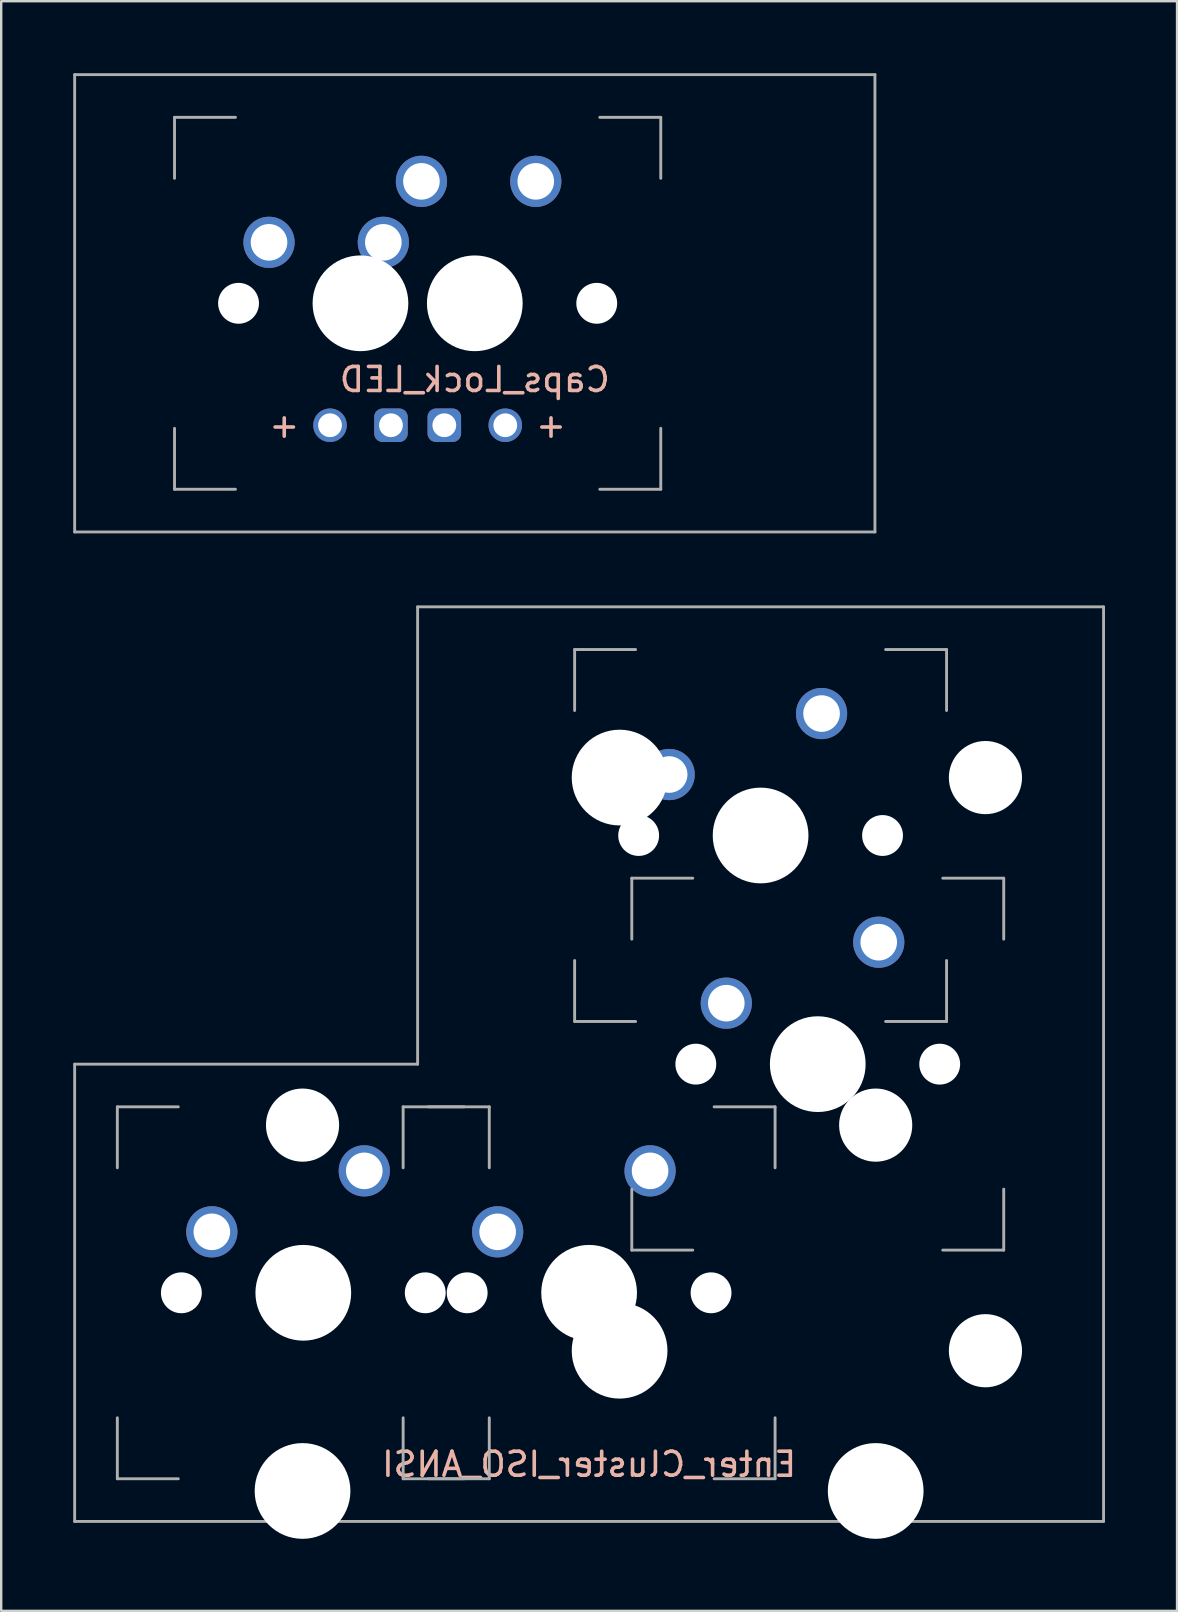
<source format=kicad_pcb>
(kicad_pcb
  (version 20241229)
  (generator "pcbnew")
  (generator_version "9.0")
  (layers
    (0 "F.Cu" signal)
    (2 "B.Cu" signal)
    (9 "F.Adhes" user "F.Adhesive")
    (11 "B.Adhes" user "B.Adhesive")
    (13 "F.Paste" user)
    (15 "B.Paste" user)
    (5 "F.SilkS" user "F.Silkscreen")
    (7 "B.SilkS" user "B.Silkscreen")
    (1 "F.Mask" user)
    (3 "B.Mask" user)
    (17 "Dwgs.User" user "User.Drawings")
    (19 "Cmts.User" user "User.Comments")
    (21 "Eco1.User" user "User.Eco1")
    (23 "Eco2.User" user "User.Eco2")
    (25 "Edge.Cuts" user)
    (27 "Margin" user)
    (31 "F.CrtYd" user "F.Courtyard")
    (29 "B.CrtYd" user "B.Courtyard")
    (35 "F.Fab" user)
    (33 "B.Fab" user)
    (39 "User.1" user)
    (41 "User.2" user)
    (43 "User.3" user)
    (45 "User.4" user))
  (footprint "Enter_Cluster_ISO_ANSI"
    (layer "F.Cu")
    (at 21.491 41.28)
    (property "Reference" "Enter_Cluster_ISO_ANSI" (at 0 16.669 0) (layer "B.SilkS") (effects (font (size 1 1) (thickness 0.15)) (justify mirror)))
    (attr through_hole)
    (fp_line (start -21.431 0) (end -21.431 19.05) (stroke (width 0.12) (type solid)) (layer "F.Fab"))
    (fp_line (start -21.431 19.05) (end 21.431 19.05) (stroke (width 0.12) (type solid)) (layer "F.Fab"))
    (fp_line (start -19.653 1.778) (end -19.653 4.318) (stroke (width 0.12) (type solid)) (layer "F.Fab"))
    (fp_line (start -19.653 1.778) (end -17.113 1.778) (stroke (width 0.12) (type solid)) (layer "F.Fab"))
    (fp_line (start -19.653 17.272) (end -19.653 14.732) (stroke (width 0.12) (type solid)) (layer "F.Fab"))
    (fp_line (start -19.653 17.272) (end -17.113 17.272) (stroke (width 0.12) (type solid)) (layer "F.Fab"))
    (fp_line (start -7.747 1.778) (end -7.747 4.318) (stroke (width 0.12) (type solid)) (layer "F.Fab"))
    (fp_line (start -7.747 1.778) (end -5.207 1.778) (stroke (width 0.12) (type solid)) (layer "F.Fab"))
    (fp_line (start -7.747 17.272) (end -7.747 14.732) (stroke (width 0.12) (type solid)) (layer "F.Fab"))
    (fp_line (start -7.747 17.272) (end -5.207 17.272) (stroke (width 0.12) (type solid)) (layer "F.Fab"))
    (fp_line (start -7.144 -19.05) (end -7.144 0) (stroke (width 0.12) (type solid)) (layer "F.Fab"))
    (fp_line (start -7.144 0) (end -21.431 0) (stroke (width 0.12) (type solid)) (layer "F.Fab"))
    (fp_line (start -4.159 1.778) (end -6.699 1.778) (stroke (width 0.12) (type solid)) (layer "F.Fab"))
    (fp_line (start -4.159 1.778) (end -4.159 4.318) (stroke (width 0.12) (type solid)) (layer "F.Fab"))
    (fp_line (start -4.159 17.272) (end -6.699 17.272) (stroke (width 0.12) (type solid)) (layer "F.Fab"))
    (fp_line (start -4.159 17.272) (end -4.159 14.732) (stroke (width 0.12) (type solid)) (layer "F.Fab"))
    (fp_line (start -0.603 -17.272) (end -0.603 -14.732) (stroke (width 0.12) (type solid)) (layer "F.Fab"))
    (fp_line (start -0.603 -17.272) (end 1.937 -17.272) (stroke (width 0.12) (type solid)) (layer "F.Fab"))
    (fp_line (start -0.603 -1.778) (end -0.603 -4.318) (stroke (width 0.12) (type solid)) (layer "F.Fab"))
    (fp_line (start -0.603 -1.778) (end 1.937 -1.778) (stroke (width 0.12) (type solid)) (layer "F.Fab"))
    (fp_line (start 1.778 -7.747) (end 1.778 -5.207) (stroke (width 0.12) (type solid)) (layer "F.Fab"))
    (fp_line (start 1.778 -7.747) (end 4.318 -7.747) (stroke (width 0.12) (type solid)) (layer "F.Fab"))
    (fp_line (start 1.778 7.747) (end 1.778 5.207) (stroke (width 0.12) (type solid)) (layer "F.Fab"))
    (fp_line (start 1.778 7.747) (end 4.318 7.747) (stroke (width 0.12) (type solid)) (layer "F.Fab"))
    (fp_line (start 7.747 1.778) (end 5.207 1.778) (stroke (width 0.12) (type solid)) (layer "F.Fab"))
    (fp_line (start 7.747 1.778) (end 7.747 4.318) (stroke (width 0.12) (type solid)) (layer "F.Fab"))
    (fp_line (start 7.747 17.272) (end 5.207 17.272) (stroke (width 0.12) (type solid)) (layer "F.Fab"))
    (fp_line (start 7.747 17.272) (end 7.747 14.732) (stroke (width 0.12) (type solid)) (layer "F.Fab"))
    (fp_line (start 14.891 -17.272) (end 12.351 -17.272) (stroke (width 0.12) (type solid)) (layer "F.Fab"))
    (fp_line (start 14.891 -17.272) (end 14.891 -14.732) (stroke (width 0.12) (type solid)) (layer "F.Fab"))
    (fp_line (start 14.891 -1.778) (end 12.351 -1.778) (stroke (width 0.12) (type solid)) (layer "F.Fab"))
    (fp_line (start 14.891 -1.778) (end 14.891 -4.318) (stroke (width 0.12) (type solid)) (layer "F.Fab"))
    (fp_line (start 17.272 -7.747) (end 14.732 -7.747) (stroke (width 0.12) (type solid)) (layer "F.Fab"))
    (fp_line (start 17.272 -7.747) (end 17.272 -5.207) (stroke (width 0.12) (type solid)) (layer "F.Fab"))
    (fp_line (start 17.272 7.747) (end 14.732 7.747) (stroke (width 0.12) (type solid)) (layer "F.Fab"))
    (fp_line (start 17.272 7.747) (end 17.272 5.207) (stroke (width 0.12) (type solid)) (layer "F.Fab"))
    (fp_line (start 21.431 -19.05) (end -7.144 -19.05) (stroke (width 0.12) (type solid)) (layer "F.Fab"))
    (fp_line (start 21.431 19.05) (end 21.431 -19.05) (stroke (width 0.12) (type solid)) (layer "F.Fab"))
    (pad "" np_thru_hole circle (at -16.986 9.525) (size 1.702 1.702) (drill 1.702) (layers "*.Cu" "*.Mask"))
    (pad "" np_thru_hole circle (at -11.938 2.54) (size 3.048 3.048) (drill 3.048) (layers "*.Cu" "*.Mask"))
    (pad "" np_thru_hole circle (at -11.938 17.78) (size 3.988 3.988) (drill 3.988) (layers "*.Cu" "*.Mask"))
    (pad "" np_thru_hole circle (at -11.906 9.525) (size 3.988 3.988) (drill 3.988) (layers "*.Cu" "*.Mask"))
    (pad "" np_thru_hole circle (at -6.826 9.525) (size 1.702 1.702) (drill 1.702) (layers "*.Cu" "*.Mask"))
    (pad "" np_thru_hole circle (at -5.08 9.525) (size 1.702 1.702) (drill 1.702) (layers "*.Cu" "*.Mask"))
    (pad "" np_thru_hole circle (at 0 9.525) (size 3.988 3.988) (drill 3.988) (layers "*.Cu" "*.Mask"))
    (pad "" np_thru_hole circle (at 1.27 -11.938 270) (size 3.988 3.988) (drill 3.988) (layers "*.Cu" "*.Mask"))
    (pad "" np_thru_hole circle (at 1.27 11.938 270) (size 3.988 3.988) (drill 3.988) (layers "*.Cu" "*.Mask"))
    (pad "" np_thru_hole circle (at 2.064 -9.525) (size 1.702 1.702) (drill 1.702) (layers "*.Cu" "*.Mask"))
    (pad "" np_thru_hole circle (at 4.445 0) (size 1.702 1.702) (drill 1.702) (layers "*.Cu" "*.Mask"))
    (pad "" np_thru_hole circle (at 5.08 9.525) (size 1.702 1.702) (drill 1.702) (layers "*.Cu" "*.Mask"))
    (pad "" np_thru_hole circle (at 7.144 -9.525) (size 3.988 3.988) (drill 3.988) (layers "*.Cu" "*.Mask"))
    (pad "" np_thru_hole circle (at 9.525 0) (size 3.988 3.988) (drill 3.988) (layers "*.Cu" "*.Mask"))
    (pad "" np_thru_hole circle (at 11.938 2.54) (size 3.048 3.048) (drill 3.048) (layers "*.Cu" "*.Mask"))
    (pad "" np_thru_hole circle (at 11.938 17.78) (size 3.988 3.988) (drill 3.988) (layers "*.Cu" "*.Mask"))
    (pad "" np_thru_hole circle (at 12.224 -9.525) (size 1.702 1.702) (drill 1.702) (layers "*.Cu" "*.Mask"))
    (pad "" np_thru_hole circle (at 14.605 0) (size 1.702 1.702) (drill 1.702) (layers "*.Cu" "*.Mask"))
    (pad "" np_thru_hole circle (at 16.51 -11.938 270) (size 3.048 3.048) (drill 3.048) (layers "*.Cu" "*.Mask"))
    (pad "" np_thru_hole circle (at 16.51 11.938 270) (size 3.048 3.048) (drill 3.048) (layers "*.Cu" "*.Mask"))
    (pad "A1" thru_hole circle (at 3.334 -12.065) (size 2.134 2.134) (drill 1.524) (layers "*.Cu" "*.Mask"))
    (pad "A2" thru_hole circle (at 9.684 -14.605) (size 2.134 2.134) (drill 1.524) (layers "*.Cu" "*.Mask"))
    (pad "B1" thru_hole circle (at 5.715 -2.54) (size 2.134 2.134) (drill 1.524) (layers "*.Cu" "*.Mask"))
    (pad "B2" thru_hole circle (at 12.065 -5.08) (size 2.134 2.134) (drill 1.524) (layers "*.Cu" "*.Mask"))
    (pad "C1" thru_hole circle (at -15.716 6.985) (size 2.134 2.134) (drill 1.524) (layers "*.Cu" "*.Mask"))
    (pad "C2" thru_hole circle (at -9.366 4.445) (size 2.134 2.134) (drill 1.524) (layers "*.Cu" "*.Mask"))
    (pad "D1" thru_hole circle (at -3.81 6.985) (size 2.134 2.134) (drill 1.524) (layers "*.Cu" "*.Mask"))
    (pad "D2" thru_hole circle (at 2.54 4.445) (size 2.134 2.134) (drill 1.524) (layers "*.Cu" "*.Mask")))
  (footprint "Caps_Lock_LED"
    (layer "F.Cu")
    (at 16.729 9.585)
    (property "Reference" "Caps_Lock_LED" (at 0 3.175 0) (layer "B.SilkS") (effects (font (size 1 1) (thickness 0.15)) (justify mirror)))
    (attr through_hole)
    (fp_line (start -16.669 -9.525) (end -16.669 9.525) (stroke (width 0.12) (type solid)) (layer "F.Fab"))
    (fp_line (start -16.669 9.525) (end 16.669 9.525) (stroke (width 0.12) (type solid)) (layer "F.Fab"))
    (fp_line (start -12.509 -7.747) (end -12.509 -5.207) (stroke (width 0.12) (type solid)) (layer "F.Fab"))
    (fp_line (start -12.509 -7.747) (end -9.97 -7.747) (stroke (width 0.12) (type solid)) (layer "F.Fab"))
    (fp_line (start -12.509 7.747) (end -12.509 5.207) (stroke (width 0.12) (type solid)) (layer "F.Fab"))
    (fp_line (start -12.509 7.747) (end -9.97 7.747) (stroke (width 0.12) (type solid)) (layer "F.Fab"))
    (fp_line (start 7.747 -7.747) (end 5.207 -7.747) (stroke (width 0.12) (type solid)) (layer "F.Fab"))
    (fp_line (start 7.747 -7.747) (end 7.747 -5.207) (stroke (width 0.12) (type solid)) (layer "F.Fab"))
    (fp_line (start 7.747 7.747) (end 5.207 7.747) (stroke (width 0.12) (type solid)) (layer "F.Fab"))
    (fp_line (start 7.747 7.747) (end 7.747 5.207) (stroke (width 0.12) (type solid)) (layer "F.Fab"))
    (fp_line (start 16.669 -9.525) (end -16.669 -9.525) (stroke (width 0.12) (type solid)) (layer "F.Fab"))
    (fp_line (start 16.669 9.525) (end 16.669 -9.525) (stroke (width 0.12) (type solid)) (layer "F.Fab"))
    (fp_text user "+" (at 3.175 5.08 0) (layer "B.SilkS") (effects (font (size 1 1) (thickness 0.15))))
    (fp_text user "+" (at -7.938 5.08 0) (layer "B.SilkS") (effects (font (size 1 1) (thickness 0.15))))
    (pad "" np_thru_hole circle (at -9.842 0) (size 1.702 1.702) (drill 1.702) (layers "*.Cu" "*.Mask"))
    (pad "" np_thru_hole circle (at -4.763 0) (size 3.988 3.988) (drill 3.988) (layers "*.Cu" "*.Mask"))
    (pad "" np_thru_hole circle (at 0 0) (size 3.988 3.988) (drill 3.988) (layers "*.Cu" "*.Mask"))
    (pad "" np_thru_hole circle (at 5.08 0) (size 1.702 1.702) (drill 1.702) (layers "*.Cu" "*.Mask"))
    (pad "1" thru_hole circle (at -8.572 -2.54) (size 2.134 2.134) (drill 1.524) (layers "*.Cu" "*.Mask"))
    (pad "1" thru_hole circle (at -3.81 -2.54) (size 2.134 2.134) (drill 1.524) (layers "*.Cu" "*.Mask"))
    (pad "2" thru_hole circle (at -2.223 -5.08) (size 2.134 2.134) (drill 1.524) (layers "*.Cu" "*.Mask"))
    (pad "2" thru_hole circle (at 2.54 -5.08) (size 2.134 2.134) (drill 1.524) (layers "*.Cu" "*.Mask"))
    (pad "3" thru_hole circle (at -6.032 5.08) (size 1.397 1.397) (drill 0.991) (layers "*.Cu" "*.Mask"))
    (pad "3" thru_hole circle (at 1.27 5.08) (size 1.397 1.397) (drill 0.991) (layers "*.Cu" "*.Mask"))
    (pad "4" thru_hole roundrect (at -3.493 5.08) (size 1.397 1.397) (drill 0.991) (layers "*.Cu" "*.Mask") (roundrect_rratio 0.25))
    (pad "4" thru_hole roundrect (at -1.27 5.08) (size 1.397 1.397) (drill 0.991) (layers "*.Cu" "*.Mask") (roundrect_rratio 0.25)))
  (gr_rect
    (start -3 -3)
    (end 45.983 64.054)
    (stroke (width 0.1) (type default))
    (fill no)
    (layer "Edge.Cuts")))
</source>
